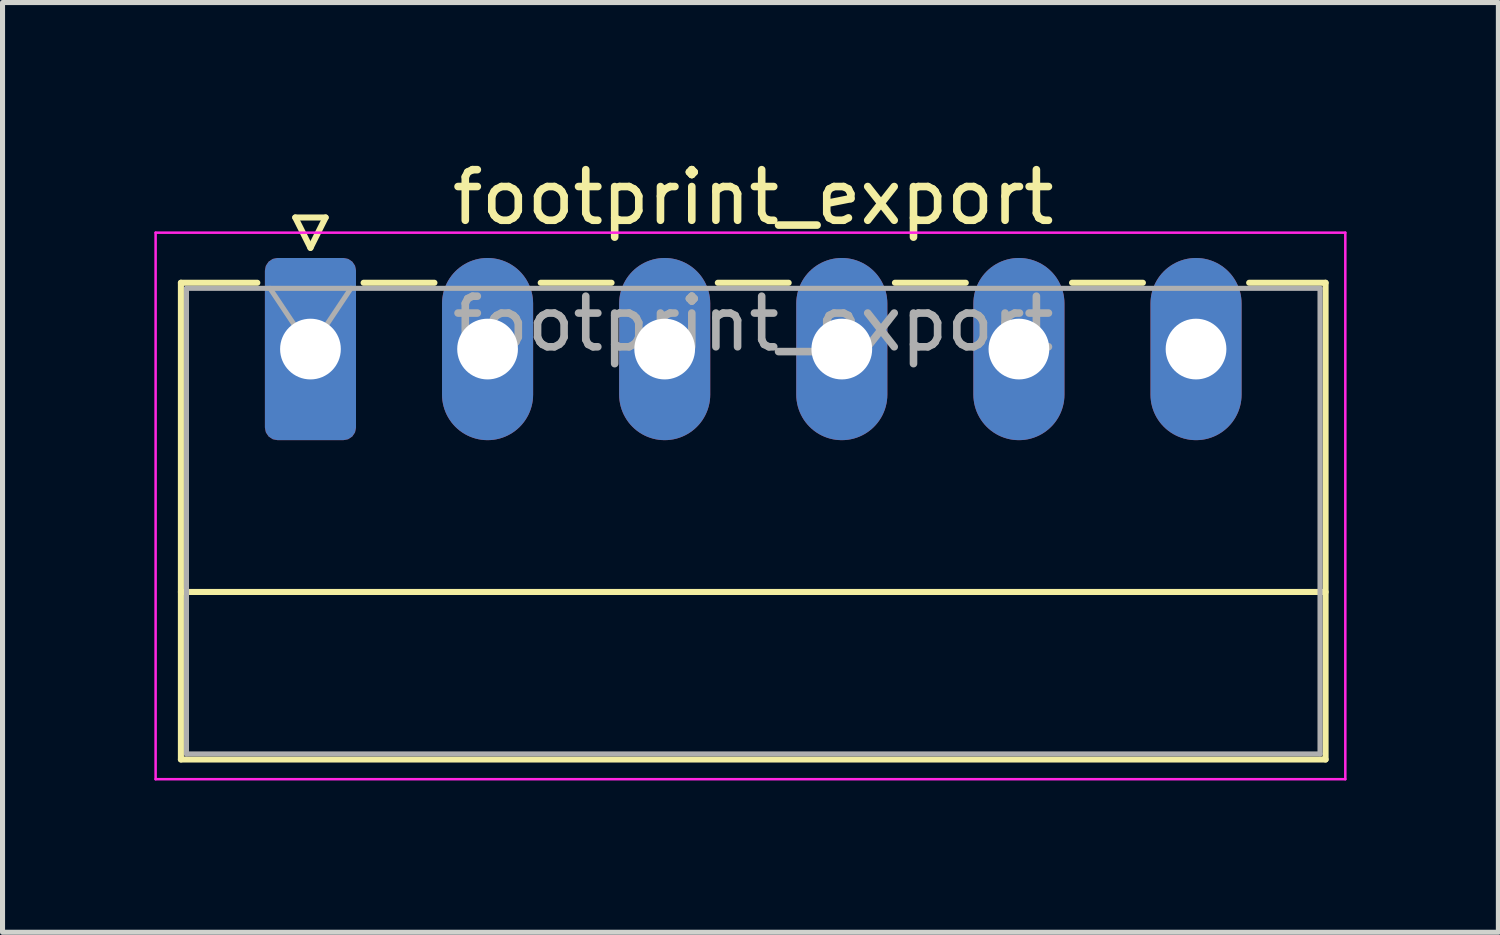
<source format=kicad_pcb>
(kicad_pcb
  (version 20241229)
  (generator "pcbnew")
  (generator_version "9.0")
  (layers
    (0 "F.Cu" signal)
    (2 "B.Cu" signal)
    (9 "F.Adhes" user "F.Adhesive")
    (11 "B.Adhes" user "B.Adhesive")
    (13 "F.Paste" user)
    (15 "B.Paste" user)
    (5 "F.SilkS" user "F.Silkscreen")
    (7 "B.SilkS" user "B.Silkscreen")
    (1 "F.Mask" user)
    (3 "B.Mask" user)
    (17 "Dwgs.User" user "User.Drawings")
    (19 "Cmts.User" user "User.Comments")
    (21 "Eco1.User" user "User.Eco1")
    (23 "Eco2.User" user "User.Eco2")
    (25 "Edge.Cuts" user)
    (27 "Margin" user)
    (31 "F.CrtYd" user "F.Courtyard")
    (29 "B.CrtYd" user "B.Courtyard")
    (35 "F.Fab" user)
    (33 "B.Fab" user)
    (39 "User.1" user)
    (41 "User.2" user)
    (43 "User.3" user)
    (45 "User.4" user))
  (footprint "footprint_export"
    (layer "F.Cu")
    (at 3.085 3.848)
    (property "Reference" "footprint_export" (at 8.75 -3 0) (layer "F.SilkS") (effects (font (size 1 1) (thickness 0.15))))
    (attr through_hole)
    (fp_line (start -2.56 -1.31) (end -2.56 8.11) (stroke (width 0.12) (type solid)) (layer "F.SilkS"))
    (fp_line (start -2.56 -1.31) (end -1.05 -1.31) (stroke (width 0.12) (type solid)) (layer "F.SilkS"))
    (fp_line (start -2.56 4.8) (end 20.06 4.8) (stroke (width 0.12) (type solid)) (layer "F.SilkS"))
    (fp_line (start -2.56 8.11) (end 20.06 8.11) (stroke (width 0.12) (type solid)) (layer "F.SilkS"))
    (fp_line (start -0.3 -2.6) (end 0.3 -2.6) (stroke (width 0.12) (type solid)) (layer "F.SilkS"))
    (fp_line (start 0 -2) (end -0.3 -2.6) (stroke (width 0.12) (type solid)) (layer "F.SilkS"))
    (fp_line (start 0.3 -2.6) (end 0 -2) (stroke (width 0.12) (type solid)) (layer "F.SilkS"))
    (fp_line (start 1.05 -1.31) (end 2.45 -1.31) (stroke (width 0.12) (type solid)) (layer "F.SilkS"))
    (fp_line (start 4.55 -1.31) (end 5.95 -1.31) (stroke (width 0.12) (type solid)) (layer "F.SilkS"))
    (fp_line (start 8.05 -1.31) (end 9.45 -1.31) (stroke (width 0.12) (type solid)) (layer "F.SilkS"))
    (fp_line (start 11.55 -1.31) (end 12.95 -1.31) (stroke (width 0.12) (type solid)) (layer "F.SilkS"))
    (fp_line (start 15.05 -1.31) (end 16.45 -1.31) (stroke (width 0.12) (type solid)) (layer "F.SilkS"))
    (fp_line (start 20.06 -1.31) (end 18.55 -1.31) (stroke (width 0.12) (type solid)) (layer "F.SilkS"))
    (fp_line (start 20.06 8.11) (end 20.06 -1.31) (stroke (width 0.12) (type solid)) (layer "F.SilkS"))
    (fp_line (start -3.06 -2.3) (end -3.06 8.5) (stroke (width 0.05) (type solid)) (layer "F.CrtYd"))
    (fp_line (start -3.06 8.5) (end 20.45 8.5) (stroke (width 0.05) (type solid)) (layer "F.CrtYd"))
    (fp_line (start 20.45 -2.3) (end -3.06 -2.3) (stroke (width 0.05) (type solid)) (layer "F.CrtYd"))
    (fp_line (start 20.45 8.5) (end 20.45 -2.3) (stroke (width 0.05) (type solid)) (layer "F.CrtYd"))
    (fp_line (start -2.45 -1.2) (end -2.45 8) (stroke (width 0.1) (type solid)) (layer "F.Fab"))
    (fp_line (start -2.45 8) (end 19.95 8) (stroke (width 0.1) (type solid)) (layer "F.Fab"))
    (fp_line (start 0 0) (end -0.8 -1.2) (stroke (width 0.1) (type solid)) (layer "F.Fab"))
    (fp_line (start 0.8 -1.2) (end 0 0) (stroke (width 0.1) (type solid)) (layer "F.Fab"))
    (fp_line (start 19.95 -1.2) (end -2.45 -1.2) (stroke (width 0.1) (type solid)) (layer "F.Fab"))
    (fp_line (start 19.95 8) (end 19.95 -1.2) (stroke (width 0.1) (type solid)) (layer "F.Fab"))
    (fp_text user "${REFERENCE}" (at 8.75 -0.5 0) (layer "F.Fab") (effects (font (size 1 1) (thickness 0.15))))
    (pad "1" thru_hole roundrect (at 0 0) (size 1.8 3.6) (drill 1.2) (layers "*.Cu" "*.Mask") (roundrect_rratio 0.139))
    (pad "2" thru_hole oval (at 3.5 0) (size 1.8 3.6) (drill 1.2) (layers "*.Cu" "*.Mask"))
    (pad "3" thru_hole oval (at 7 0) (size 1.8 3.6) (drill 1.2) (layers "*.Cu" "*.Mask"))
    (pad "4" thru_hole oval (at 10.5 0) (size 1.8 3.6) (drill 1.2) (layers "*.Cu" "*.Mask"))
    (pad "5" thru_hole oval (at 14 0) (size 1.8 3.6) (drill 1.2) (layers "*.Cu" "*.Mask"))
    (pad "6" thru_hole oval (at 17.5 0) (size 1.8 3.6) (drill 1.2) (layers "*.Cu" "*.Mask")))
  (gr_rect
    (start -3 -3)
    (end 26.56 15.373)
    (stroke (width 0.1) (type default))
    (fill no)
    (layer "Edge.Cuts")))
</source>
